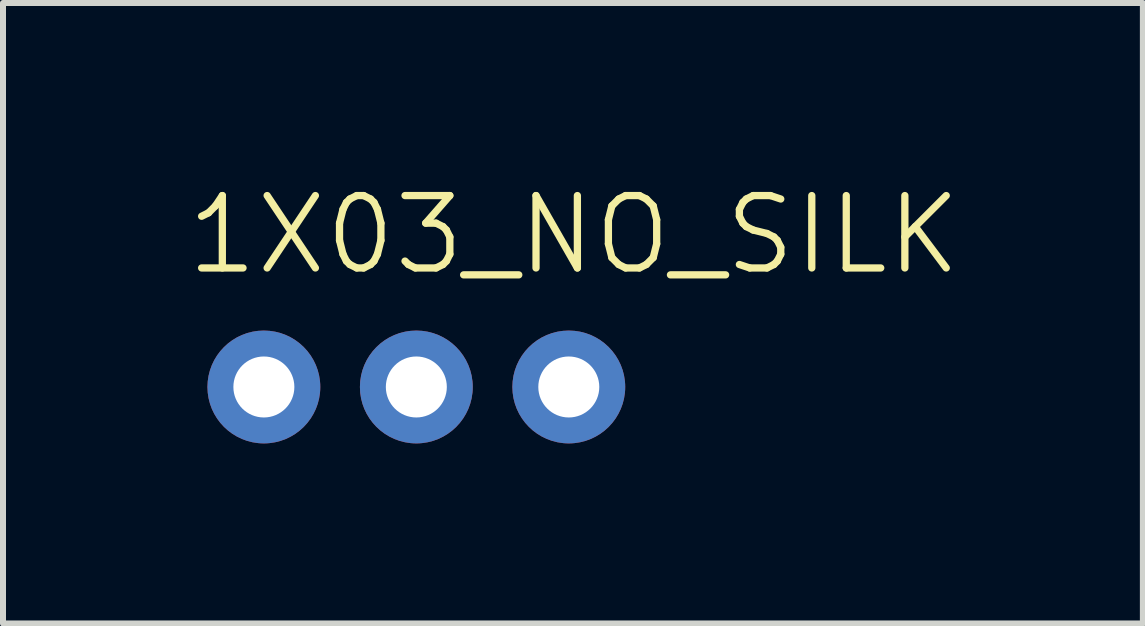
<source format=kicad_pcb>
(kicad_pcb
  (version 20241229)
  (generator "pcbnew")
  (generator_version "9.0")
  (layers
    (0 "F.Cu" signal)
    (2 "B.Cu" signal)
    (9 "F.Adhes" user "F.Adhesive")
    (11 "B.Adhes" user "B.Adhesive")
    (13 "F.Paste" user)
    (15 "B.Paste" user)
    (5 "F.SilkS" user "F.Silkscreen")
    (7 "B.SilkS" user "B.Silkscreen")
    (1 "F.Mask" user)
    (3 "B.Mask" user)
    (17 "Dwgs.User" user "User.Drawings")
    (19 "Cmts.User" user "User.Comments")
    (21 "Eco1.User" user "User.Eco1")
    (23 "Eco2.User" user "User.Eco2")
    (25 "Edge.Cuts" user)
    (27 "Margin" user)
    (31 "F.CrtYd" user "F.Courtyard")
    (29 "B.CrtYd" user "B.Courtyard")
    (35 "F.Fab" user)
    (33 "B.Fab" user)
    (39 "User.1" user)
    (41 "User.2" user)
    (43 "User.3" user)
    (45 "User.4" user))
  (footprint "1X03_NO_SILK"
    (layer "F.Cu")
    (at 1.346 3.397)
    (property "Reference" "1X03_NO_SILK" (at -1.346 -1.829 0) (layer "F.SilkS") (effects (font (size 1.206 1.206) (thickness 0.121)) (justify left bottom)))
    (attr through_hole)
    (fp_poly (pts (xy -0.254 0.254) (xy 0.254 0.254) (xy 0.254 -0.254) (xy -0.254 -0.254)) (stroke (width 0.1) (type solid)) (fill no) (layer "F.Fab"))
    (fp_poly (pts (xy 2.286 0.254) (xy 2.794 0.254) (xy 2.794 -0.254) (xy 2.286 -0.254)) (stroke (width 0.1) (type solid)) (fill no) (layer "F.Fab"))
    (fp_poly (pts (xy 4.826 0.254) (xy 5.334 0.254) (xy 5.334 -0.254) (xy 4.826 -0.254)) (stroke (width 0.1) (type solid)) (fill no) (layer "F.Fab"))
    (pad "1" thru_hole circle (at 0 0 90) (size 1.88 1.88) (drill 1.016) (layers "*.Cu" "*.Mask"))
    (pad "2" thru_hole circle (at 2.54 0 90) (size 1.88 1.88) (drill 1.016) (layers "*.Cu" "*.Mask"))
    (pad "3" thru_hole circle (at 5.08 0 90) (size 1.88 1.88) (drill 1.016) (layers "*.Cu" "*.Mask")))
  (gr_rect
    (start -3 -3)
    (end 15.99 7.337)
    (stroke (width 0.1) (type default))
    (fill no)
    (layer "Edge.Cuts")))
</source>
